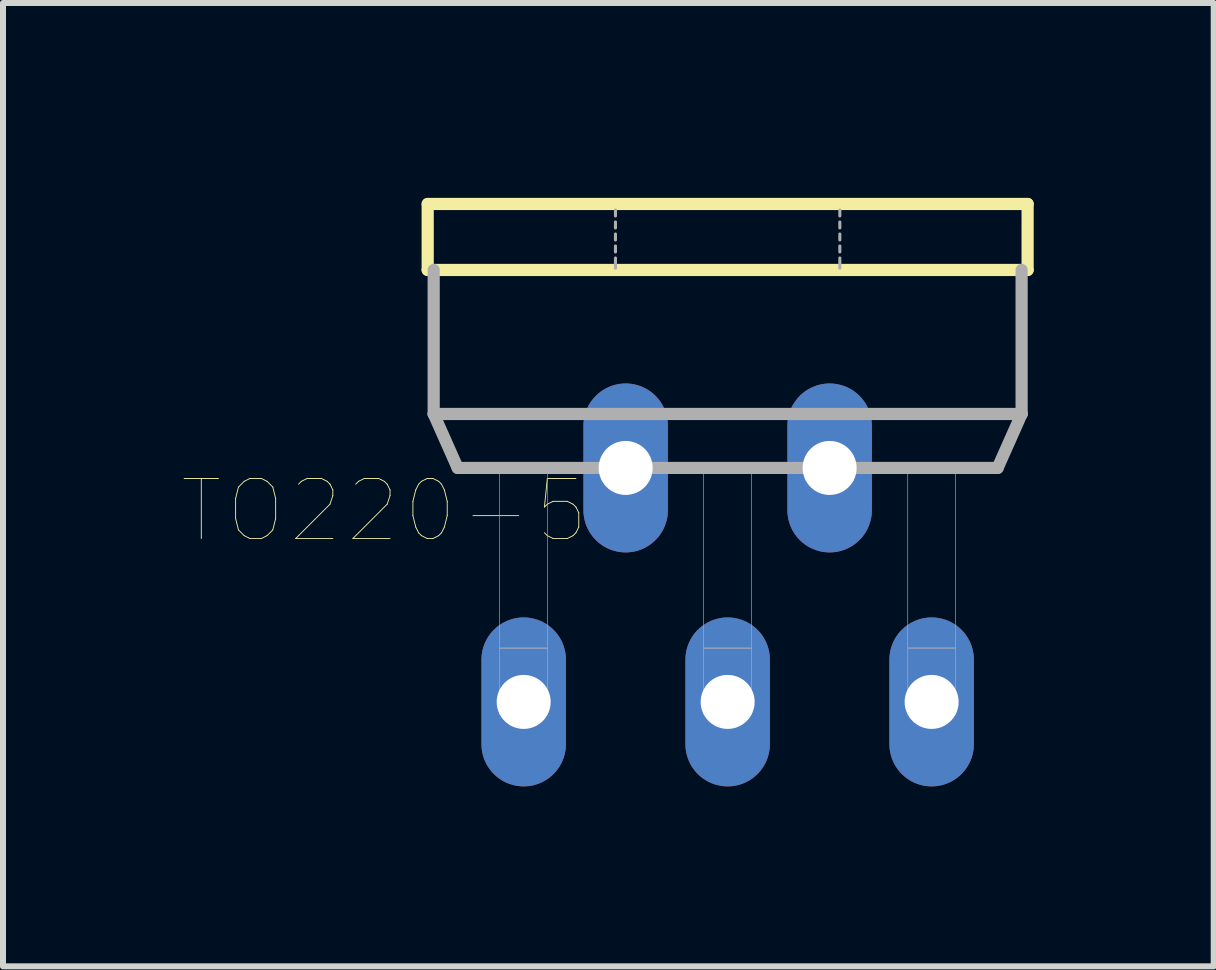
<source format=kicad_pcb>
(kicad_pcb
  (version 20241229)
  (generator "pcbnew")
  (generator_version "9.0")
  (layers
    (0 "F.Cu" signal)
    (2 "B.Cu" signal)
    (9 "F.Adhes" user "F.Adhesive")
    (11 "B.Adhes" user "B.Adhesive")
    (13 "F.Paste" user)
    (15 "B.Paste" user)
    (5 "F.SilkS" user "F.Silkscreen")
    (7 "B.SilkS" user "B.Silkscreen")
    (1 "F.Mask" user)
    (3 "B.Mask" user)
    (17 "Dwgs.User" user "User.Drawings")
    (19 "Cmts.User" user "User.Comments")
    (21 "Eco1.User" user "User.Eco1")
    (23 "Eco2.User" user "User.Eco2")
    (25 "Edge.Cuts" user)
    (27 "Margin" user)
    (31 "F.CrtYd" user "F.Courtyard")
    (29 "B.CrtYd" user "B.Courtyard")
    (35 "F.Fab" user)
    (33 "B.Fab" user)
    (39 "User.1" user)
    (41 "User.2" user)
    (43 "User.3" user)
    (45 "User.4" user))
  (footprint "TO220-5"
    (layer "F.Cu")
    (at 9.079 0.25)
    (property "Reference" "TO220-5" (at -5.723 5.214 180) (layer "F.SilkS") (effects (font (size 1.001 1.001) (thickness 0.015))))
    (attr through_hole)
    (fp_line (start -5 0.1) (end -5 1.2) (stroke (width 0.203) (type solid)) (layer "F.SilkS"))
    (fp_line (start -5 1.2) (end 5 1.2) (stroke (width 0.203) (type solid)) (layer "F.SilkS"))
    (fp_line (start 5 0.1) (end -5 0.1) (stroke (width 0.203) (type solid)) (layer "F.SilkS"))
    (fp_line (start 5 1.2) (end 5 0.1) (stroke (width 0.203) (type solid)) (layer "F.SilkS"))
    (fp_line (start -4.9 1.2) (end -4.9 3.6) (stroke (width 0.203) (type solid)) (layer "F.Fab"))
    (fp_line (start -4.9 3.6) (end -4.5 4.5) (stroke (width 0.203) (type solid)) (layer "F.Fab"))
    (fp_line (start -4.9 3.6) (end 4.9 3.6) (stroke (width 0.203) (type solid)) (layer "F.Fab"))
    (fp_line (start -4.5 4.5) (end 4.5 4.5) (stroke (width 0.203) (type solid)) (layer "F.Fab"))
    (fp_line (start -1.87 0.2) (end -1.87 0.3) (stroke (width 0.051) (type solid)) (layer "F.Fab"))
    (fp_line (start -1.87 0.4) (end -1.87 0.5) (stroke (width 0.051) (type solid)) (layer "F.Fab"))
    (fp_line (start -1.87 0.6) (end -1.87 0.7) (stroke (width 0.051) (type solid)) (layer "F.Fab"))
    (fp_line (start -1.87 0.8) (end -1.87 0.9) (stroke (width 0.051) (type solid)) (layer "F.Fab"))
    (fp_line (start -1.87 1) (end -1.87 1.17) (stroke (width 0.051) (type solid)) (layer "F.Fab"))
    (fp_line (start 1.87 0.3) (end 1.87 0.2) (stroke (width 0.051) (type solid)) (layer "F.Fab"))
    (fp_line (start 1.87 0.5) (end 1.87 0.4) (stroke (width 0.051) (type solid)) (layer "F.Fab"))
    (fp_line (start 1.87 0.7) (end 1.87 0.6) (stroke (width 0.051) (type solid)) (layer "F.Fab"))
    (fp_line (start 1.87 0.9) (end 1.87 0.8) (stroke (width 0.051) (type solid)) (layer "F.Fab"))
    (fp_line (start 1.87 1.17) (end 1.87 1) (stroke (width 0.051) (type solid)) (layer "F.Fab"))
    (fp_line (start 4.5 4.5) (end 4.9 3.6) (stroke (width 0.203) (type solid)) (layer "F.Fab"))
    (fp_line (start 4.9 3.6) (end 4.9 1.2) (stroke (width 0.203) (type solid)) (layer "F.Fab"))
    (fp_poly (pts (xy -3.806 7.5) (xy -3 7.5) (xy -3 8.612) (xy -3.806 8.612)) (stroke (width 0.01) (type solid)) (fill no) (layer "F.Fab"))
    (fp_poly (pts (xy -3.805 4.5) (xy -3 4.5) (xy -3 7.51) (xy -3.805 7.51)) (stroke (width 0.01) (type solid)) (fill no) (layer "F.Fab"))
    (fp_poly (pts (xy -2.101 4.5) (xy -1.3 4.5) (xy -1.3 4.703) (xy -2.101 4.703)) (stroke (width 0.01) (type solid)) (fill no) (layer "F.Fab"))
    (fp_poly (pts (xy -0.4 4.5) (xy 0.4 4.5) (xy 0.4 7.507) (xy -0.4 7.507)) (stroke (width 0.01) (type solid)) (fill no) (layer "F.Fab"))
    (fp_poly (pts (xy -0.4 7.5) (xy 0.4 7.5) (xy 0.4 8.604) (xy -0.4 8.604)) (stroke (width 0.01) (type solid)) (fill no) (layer "F.Fab"))
    (fp_poly (pts (xy 1.302 4.5) (xy 2.1 4.5) (xy 2.1 4.707) (xy 1.302 4.707)) (stroke (width 0.01) (type solid)) (fill no) (layer "F.Fab"))
    (fp_poly (pts (xy 3.002 4.5) (xy 3.8 4.5) (xy 3.8 7.504) (xy 3.002 7.504)) (stroke (width 0.01) (type solid)) (fill no) (layer "F.Fab"))
    (fp_poly (pts (xy 3.003 7.5) (xy 3.8 7.5) (xy 3.8 8.61) (xy 3.003 8.61)) (stroke (width 0.01) (type solid)) (fill no) (layer "F.Fab"))
    (pad "1" thru_hole oval (at -3.4 8.4) (size 1.408 2.816) (drill 0.9) (layers "*.Cu" "*.Mask"))
    (pad "2" thru_hole oval (at -1.7 4.5) (size 1.408 2.816) (drill 0.9) (layers "*.Cu" "*.Mask"))
    (pad "3" thru_hole oval (at 0 8.4) (size 1.408 2.816) (drill 0.9) (layers "*.Cu" "*.Mask"))
    (pad "4" thru_hole oval (at 1.7 4.5) (size 1.408 2.816) (drill 0.9) (layers "*.Cu" "*.Mask"))
    (pad "5" thru_hole oval (at 3.4 8.4) (size 1.408 2.816) (drill 0.9) (layers "*.Cu" "*.Mask")))
  (gr_rect
    (start -3 -3)
    (end 17.181 13.058)
    (stroke (width 0.1) (type default))
    (fill no)
    (layer "Edge.Cuts")))
</source>
